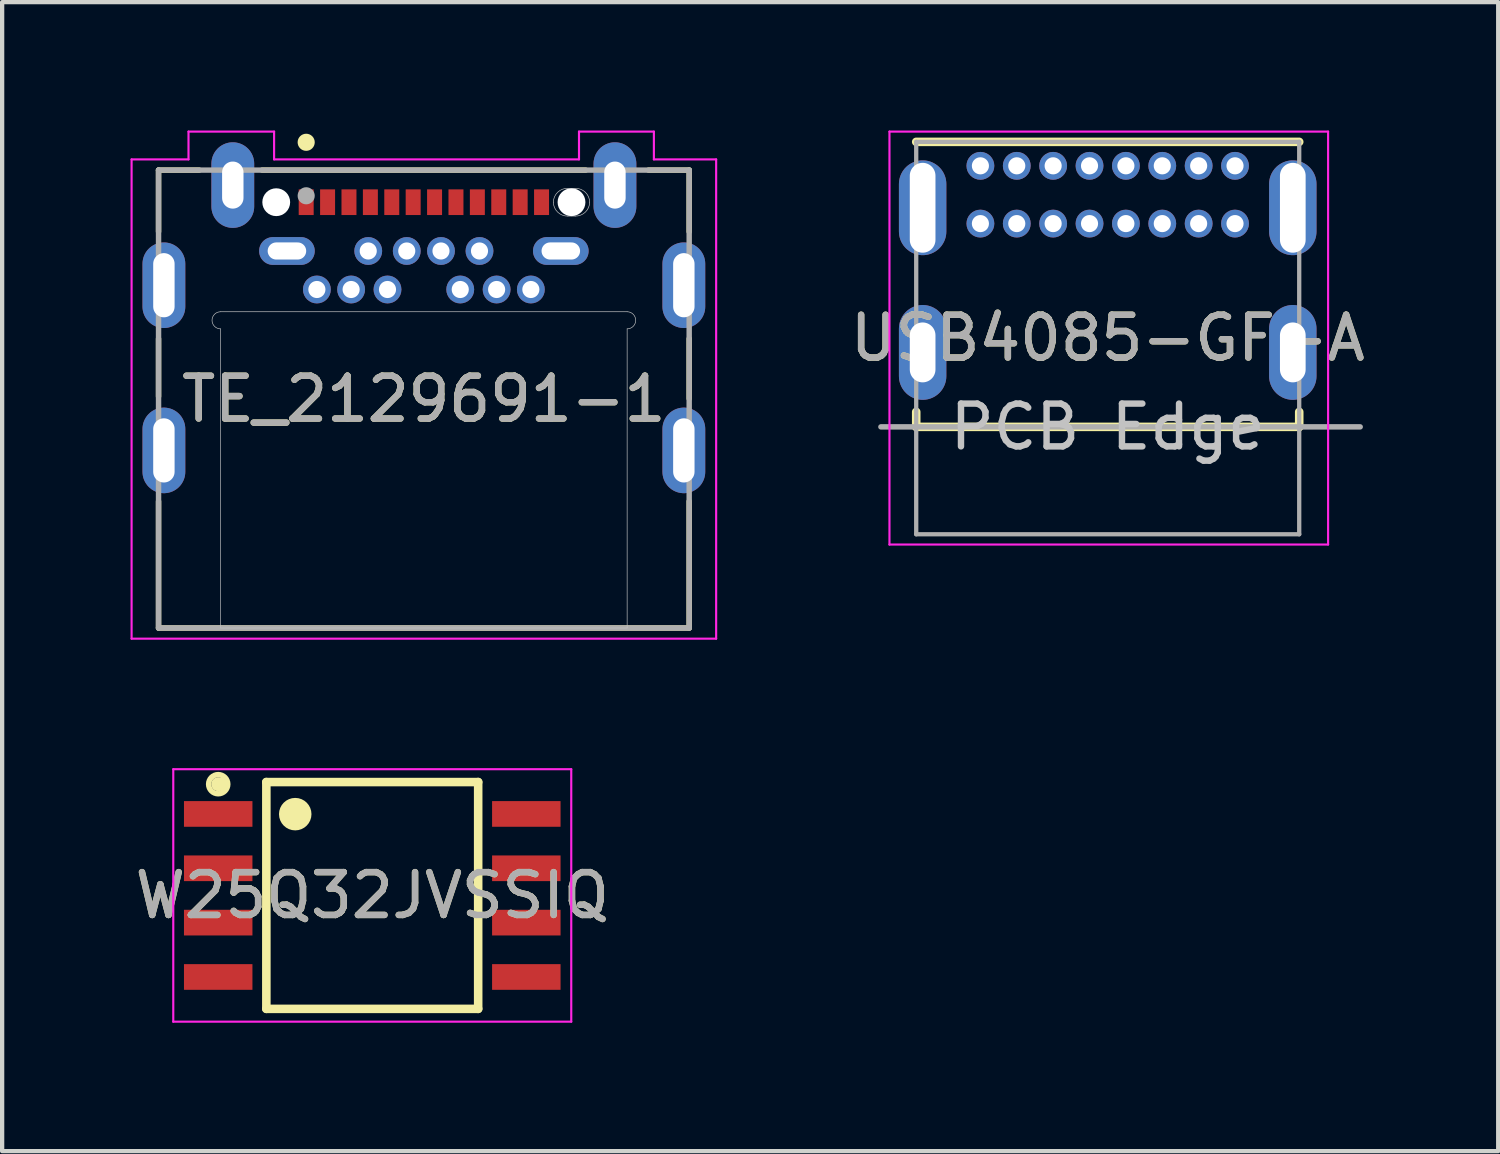
<source format=kicad_pcb>
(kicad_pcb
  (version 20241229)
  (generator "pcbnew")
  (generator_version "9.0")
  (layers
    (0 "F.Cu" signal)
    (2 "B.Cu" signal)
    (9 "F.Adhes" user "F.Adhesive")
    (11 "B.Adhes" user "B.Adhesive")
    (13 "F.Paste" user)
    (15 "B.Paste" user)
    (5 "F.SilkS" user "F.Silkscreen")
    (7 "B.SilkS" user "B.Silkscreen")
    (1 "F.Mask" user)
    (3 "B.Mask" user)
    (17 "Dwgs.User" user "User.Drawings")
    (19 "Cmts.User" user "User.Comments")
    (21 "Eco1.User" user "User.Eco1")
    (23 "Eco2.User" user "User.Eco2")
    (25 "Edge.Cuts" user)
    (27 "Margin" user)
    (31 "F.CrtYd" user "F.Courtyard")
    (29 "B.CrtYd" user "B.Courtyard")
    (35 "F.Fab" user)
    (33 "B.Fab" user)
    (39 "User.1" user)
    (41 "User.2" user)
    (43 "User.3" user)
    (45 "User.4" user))
  (footprint "W25Q32JVSSIQ"
    (layer "F.Cu")
    (at 5.649 17.875)
    (property "Reference" "W25Q32JVSSIQ" (at 0 0 0) (layer "F.SilkS") (effects (font (size 1 1) (thickness 0.15))))
    (attr smd)
    (fp_line (start -2.475 -2.65) (end 2.475 -2.65) (stroke (width 0.2) (type solid)) (layer "F.SilkS"))
    (fp_line (start -2.475 2.65) (end -2.475 -2.65) (stroke (width 0.2) (type solid)) (layer "F.SilkS"))
    (fp_line (start 2.475 -2.65) (end 2.475 2.65) (stroke (width 0.2) (type solid)) (layer "F.SilkS"))
    (fp_line (start 2.475 2.65) (end -2.475 2.65) (stroke (width 0.2) (type solid)) (layer "F.SilkS"))
    (fp_circle (center -3.6 -2.6) (end -3.5 -2.6) (stroke (width 0.127) (type solid)) (fill no) (layer "F.SilkS"))
    (fp_circle (center -3.6 -2.6) (end -3.376 -2.6) (stroke (width 0.127) (type solid)) (fill no) (layer "F.SilkS"))
    (fp_circle (center -3.5 -2.6) (end -3.4 -2.6) (stroke (width 0.127) (type solid)) (fill no) (layer "F.SilkS"))
    (fp_circle (center -1.8 -1.9) (end -1.7 -1.9) (stroke (width 0.127) (type solid)) (fill no) (layer "F.SilkS"))
    (fp_circle (center -1.8 -1.9) (end -1.659 -1.9) (stroke (width 0.127) (type solid)) (fill no) (layer "F.SilkS"))
    (fp_circle (center -1.8 -1.9) (end -1.576 -1.9) (stroke (width 0.127) (type solid)) (fill no) (layer "F.SilkS"))
    (fp_circle (center -1.8 -1.9) (end -1.484 -1.9) (stroke (width 0.127) (type solid)) (fill no) (layer "F.SilkS"))
    (fp_circle (center -1.8 -1.8) (end -1.7 -1.8) (stroke (width 0.127) (type solid)) (fill no) (layer "F.SilkS"))
    (fp_line (start -4.65 -2.95) (end 4.65 -2.95) (stroke (width 0.05) (type solid)) (layer "F.CrtYd"))
    (fp_line (start -4.65 2.95) (end -4.65 -2.95) (stroke (width 0.05) (type solid)) (layer "F.CrtYd"))
    (fp_line (start 4.65 -2.95) (end 4.65 2.95) (stroke (width 0.05) (type solid)) (layer "F.CrtYd"))
    (fp_line (start 4.65 2.95) (end -4.65 2.95) (stroke (width 0.05) (type solid)) (layer "F.CrtYd"))
    (fp_text user "${REFERENCE}" (at 0 0 0) (layer "F.Fab") (effects (font (size 1 1) (thickness 0.15))))
    (pad "1" smd rect (at -3.6 -1.905) (size 1.6 0.6) (layers "F.Cu" "F.Mask" "F.Paste"))
    (pad "2" smd rect (at -3.6 -0.635) (size 1.6 0.6) (layers "F.Cu" "F.Mask" "F.Paste"))
    (pad "3" smd rect (at -3.6 0.635) (size 1.6 0.6) (layers "F.Cu" "F.Mask" "F.Paste"))
    (pad "4" smd rect (at -3.6 1.905) (size 1.6 0.6) (layers "F.Cu" "F.Mask" "F.Paste"))
    (pad "5" smd rect (at 3.6 1.905) (size 1.6 0.6) (layers "F.Cu" "F.Mask" "F.Paste"))
    (pad "6" smd rect (at 3.6 0.635) (size 1.6 0.6) (layers "F.Cu" "F.Mask" "F.Paste"))
    (pad "7" smd rect (at 3.6 -0.635) (size 1.6 0.6) (layers "F.Cu" "F.Mask" "F.Paste"))
    (pad "8" smd rect (at 3.6 -1.905) (size 1.6 0.6) (layers "F.Cu" "F.Mask" "F.Paste")))
  (footprint "TE_2129691-1"
    (layer "F.Cu")
    (at 6.855 6.275)
    (property "Reference" "TE_2129691-1" (at 0 0 0) (layer "F.SilkS") (effects (font (size 1 1) (thickness 0.15))))
    (attr through_hole)
    (fp_line (start -6.2 -5.35) (end -5.25 -5.35) (stroke (width 0.127) (type solid)) (layer "F.SilkS"))
    (fp_line (start -6.2 -3.91) (end -6.2 -5.35) (stroke (width 0.127) (type solid)) (layer "F.SilkS"))
    (fp_line (start -6.2 -0.06) (end -6.2 -1.41) (stroke (width 0.127) (type solid)) (layer "F.SilkS"))
    (fp_line (start -6.2 2.39) (end -6.2 5.35) (stroke (width 0.127) (type solid)) (layer "F.SilkS"))
    (fp_line (start -6.2 5.35) (end 6.2 5.35) (stroke (width 0.127) (type solid)) (layer "F.SilkS"))
    (fp_line (start -3.78 -5.35) (end 3.78 -5.35) (stroke (width 0.127) (type solid)) (layer "F.SilkS"))
    (fp_line (start 6.2 -5.35) (end 5.25 -5.35) (stroke (width 0.127) (type solid)) (layer "F.SilkS"))
    (fp_line (start 6.2 -3.91) (end 6.2 -5.35) (stroke (width 0.127) (type solid)) (layer "F.SilkS"))
    (fp_line (start 6.2 -0.01) (end 6.2 -1.41) (stroke (width 0.127) (type solid)) (layer "F.SilkS"))
    (fp_line (start 6.2 5.35) (end 6.2 2.39) (stroke (width 0.127) (type solid)) (layer "F.SilkS"))
    (fp_circle (center -2.75 -6) (end -2.65 -6) (stroke (width 0.2) (type solid)) (fill no) (layer "F.SilkS"))
    (fp_line (start -4.75 -2.04) (end 4.75 -2.04) (stroke (width 0.015) (type solid)) (layer "Dwgs.User"))
    (fp_line (start -4.75 -1.64) (end -4.75 5.35) (stroke (width 0.015) (type solid)) (layer "Dwgs.User"))
    (fp_line (start -4.75 5.35) (end 4.75 5.35) (stroke (width 0.015) (type solid)) (layer "Dwgs.User"))
    (fp_line (start 3.365 -4.925) (end 3.535 -4.925) (stroke (width 0.015) (type solid)) (layer "Dwgs.User"))
    (fp_line (start 3.535 -4.275) (end 3.365 -4.275) (stroke (width 0.015) (type solid)) (layer "Dwgs.User"))
    (fp_line (start 4.75 -1.64) (end 4.75 5.35) (stroke (width 0.015) (type solid)) (layer "Dwgs.User"))
    (fp_arc (start -4.75 -1.64) (mid -4.95 -1.84) (end -4.75 -2.04) (stroke (width 0.015) (type solid)) (layer "Dwgs.User"))
    (fp_arc (start 3.025 -4.6) (mid 3.12769 -4.832916) (end 3.365 -4.925) (stroke (width 0.015) (type solid)) (layer "Dwgs.User"))
    (fp_arc (start 3.365 -4.275) (mid 3.12769 -4.367084) (end 3.025 -4.6) (stroke (width 0.015) (type solid)) (layer "Dwgs.User"))
    (fp_arc (start 3.535 -4.925) (mid 3.77231 -4.832916) (end 3.875 -4.6) (stroke (width 0.015) (type solid)) (layer "Dwgs.User"))
    (fp_arc (start 3.875 -4.6) (mid 3.77231 -4.367084) (end 3.535 -4.275) (stroke (width 0.015) (type solid)) (layer "Dwgs.User"))
    (fp_arc (start 4.75 -2.04) (mid 4.95 -1.84) (end 4.75 -1.64) (stroke (width 0.015) (type solid)) (layer "Dwgs.User"))
    (fp_line (start -6.83 -5.6) (end -6.83 5.6) (stroke (width 0.05) (type solid)) (layer "F.CrtYd"))
    (fp_line (start -6.83 5.6) (end 6.83 5.6) (stroke (width 0.05) (type solid)) (layer "F.CrtYd"))
    (fp_line (start -5.5 -6.25) (end -5.5 -5.6) (stroke (width 0.05) (type solid)) (layer "F.CrtYd"))
    (fp_line (start -5.5 -5.6) (end -6.83 -5.6) (stroke (width 0.05) (type solid)) (layer "F.CrtYd"))
    (fp_line (start -3.5 -6.25) (end -5.5 -6.25) (stroke (width 0.05) (type solid)) (layer "F.CrtYd"))
    (fp_line (start -3.5 -5.6) (end -3.5 -6.25) (stroke (width 0.05) (type solid)) (layer "F.CrtYd"))
    (fp_line (start 3.625 -6.25) (end 3.625 -5.6) (stroke (width 0.05) (type solid)) (layer "F.CrtYd"))
    (fp_line (start 3.625 -5.6) (end -3.5 -5.6) (stroke (width 0.05) (type solid)) (layer "F.CrtYd"))
    (fp_line (start 5.375 -6.25) (end 3.625 -6.25) (stroke (width 0.05) (type solid)) (layer "F.CrtYd"))
    (fp_line (start 5.375 -5.6) (end 5.375 -6.25) (stroke (width 0.05) (type solid)) (layer "F.CrtYd"))
    (fp_line (start 6.83 -5.6) (end 5.375 -5.6) (stroke (width 0.05) (type solid)) (layer "F.CrtYd"))
    (fp_line (start 6.83 5.6) (end 6.83 -5.6) (stroke (width 0.05) (type solid)) (layer "F.CrtYd"))
    (fp_line (start -6.2 -5.35) (end 6.2 -5.35) (stroke (width 0.127) (type solid)) (layer "F.Fab"))
    (fp_line (start -6.2 5.35) (end -6.2 -5.35) (stroke (width 0.127) (type solid)) (layer "F.Fab"))
    (fp_line (start -6.2 5.35) (end 6.2 5.35) (stroke (width 0.127) (type solid)) (layer "F.Fab"))
    (fp_line (start 6.2 -5.35) (end 6.2 5.35) (stroke (width 0.127) (type solid)) (layer "F.Fab"))
    (fp_circle (center -2.75 -4.75) (end -2.65 -4.75) (stroke (width 0.2) (type solid)) (fill no) (layer "F.Fab"))
    (fp_text user "${REFERENCE}" (at 0 0 0) (layer "F.Fab") (effects (font (size 1 1) (thickness 0.15))))
    (pad "" np_thru_hole circle (at -3.45 -4.6) (size 0.65 0.65) (drill 0.65) (layers "*.Cu" "*.Mask"))
    (pad "" np_thru_hole circle (at 3.45 -4.6) (size 0.65 0.65) (drill 0.65) (layers "*.Cu" "*.Mask"))
    (pad "A1" smd rect (at -2.75 -4.6) (size 0.35 0.6) (layers "F.Cu" "F.Mask" "F.Paste"))
    (pad "A2" smd rect (at -2.25 -4.6) (size 0.35 0.6) (layers "F.Cu" "F.Mask" "F.Paste"))
    (pad "A3" smd rect (at -1.75 -4.6) (size 0.35 0.6) (layers "F.Cu" "F.Mask" "F.Paste"))
    (pad "A4" smd rect (at -1.25 -4.6) (size 0.35 0.6) (layers "F.Cu" "F.Mask" "F.Paste"))
    (pad "A5" smd rect (at -0.75 -4.6) (size 0.35 0.6) (layers "F.Cu" "F.Mask" "F.Paste"))
    (pad "A6" smd rect (at -0.25 -4.6) (size 0.35 0.6) (layers "F.Cu" "F.Mask" "F.Paste"))
    (pad "A7" smd rect (at 0.25 -4.6) (size 0.35 0.6) (layers "F.Cu" "F.Mask" "F.Paste"))
    (pad "A8" smd rect (at 0.75 -4.6) (size 0.35 0.6) (layers "F.Cu" "F.Mask" "F.Paste"))
    (pad "A9" smd rect (at 1.25 -4.6) (size 0.35 0.6) (layers "F.Cu" "F.Mask" "F.Paste"))
    (pad "A10" smd rect (at 1.75 -4.6) (size 0.35 0.6) (layers "F.Cu" "F.Mask" "F.Paste"))
    (pad "A11" smd rect (at 2.25 -4.6) (size 0.35 0.6) (layers "F.Cu" "F.Mask" "F.Paste"))
    (pad "A12" smd rect (at 2.75 -4.6) (size 0.35 0.6) (layers "F.Cu" "F.Mask" "F.Paste"))
    (pad "B1" thru_hole oval (at 3.2 -3.46) (size 1.3 0.65) (drill oval 0.9 0.4) (layers "*.Cu" "*.Mask"))
    (pad "B2" thru_hole circle (at 2.5 -2.56) (size 0.65 0.65) (drill 0.4) (layers "*.Cu" "*.Mask"))
    (pad "B3" thru_hole circle (at 1.7 -2.56) (size 0.65 0.65) (drill 0.4) (layers "*.Cu" "*.Mask"))
    (pad "B4" thru_hole circle (at 1.3 -3.46) (size 0.65 0.65) (drill 0.4) (layers "*.Cu" "*.Mask"))
    (pad "B5" thru_hole circle (at 0.85 -2.56) (size 0.65 0.65) (drill 0.4) (layers "*.Cu" "*.Mask"))
    (pad "B6" thru_hole circle (at 0.4 -3.46) (size 0.65 0.65) (drill 0.4) (layers "*.Cu" "*.Mask"))
    (pad "B7" thru_hole circle (at -0.4 -3.46) (size 0.65 0.65) (drill 0.4) (layers "*.Cu" "*.Mask"))
    (pad "B8" thru_hole circle (at -0.85 -2.56) (size 0.65 0.65) (drill 0.4) (layers "*.Cu" "*.Mask"))
    (pad "B9" thru_hole circle (at -1.3 -3.46) (size 0.65 0.65) (drill 0.4) (layers "*.Cu" "*.Mask"))
    (pad "B10" thru_hole circle (at -1.7 -2.56) (size 0.65 0.65) (drill 0.4) (layers "*.Cu" "*.Mask"))
    (pad "B11" thru_hole circle (at -2.5 -2.56) (size 0.65 0.65) (drill 0.4) (layers "*.Cu" "*.Mask"))
    (pad "B12" thru_hole oval (at -3.2 -3.46) (size 1.3 0.65) (drill oval 0.9 0.4) (layers "*.Cu" "*.Mask"))
    (pad "S1" thru_hole oval (at -6.075 1.2) (size 1 2) (drill oval 0.5 1.5) (layers "*.Cu" "*.Mask"))
    (pad "S2" thru_hole oval (at 6.075 1.2) (size 1 2) (drill oval 0.5 1.5) (layers "*.Cu" "*.Mask"))
    (pad "S3" thru_hole oval (at -6.075 -2.66) (size 1 2) (drill oval 0.5 1.5) (layers "*.Cu" "*.Mask"))
    (pad "S4" thru_hole oval (at 6.075 -2.66) (size 1 2) (drill oval 0.5 1.5) (layers "*.Cu" "*.Mask"))
    (pad "S5" thru_hole oval (at -4.465 -5) (size 1 2) (drill oval 0.5 1.1) (layers "*.Cu" "*.Mask"))
    (pad "S6" thru_hole oval (at 4.465 -5) (size 1 2) (drill oval 0.5 1.1) (layers "*.Cu" "*.Mask")))
  (footprint "USB4085-GF-A"
    (layer "F.Cu")
    (at 22.835 4.85)
    (property "Reference" "USB4085-GF-A" (at 0 0 0) (layer "F.SilkS") (effects (font (size 1 1) (thickness 0.15))))
    (attr through_hole)
    (fp_line (start -4.475 -4.585) (end 4.475 -4.585) (stroke (width 0.2) (type solid)) (layer "F.SilkS"))
    (fp_line (start -4.475 1.725) (end -4.475 2.075) (stroke (width 0.2) (type solid)) (layer "F.SilkS"))
    (fp_line (start -4.475 2.075) (end 4.475 2.075) (stroke (width 0.2) (type solid)) (layer "F.SilkS"))
    (fp_line (start 4.475 2.075) (end 4.475 1.725) (stroke (width 0.2) (type solid)) (layer "F.SilkS"))
    (fp_line (start -5.1 -4.825) (end 5.15 -4.825) (stroke (width 0.05) (type solid)) (layer "F.CrtYd"))
    (fp_line (start -5.1 4.825) (end -5.1 -4.825) (stroke (width 0.05) (type solid)) (layer "F.CrtYd"))
    (fp_line (start 5.15 -4.825) (end 5.15 4.825) (stroke (width 0.05) (type solid)) (layer "F.CrtYd"))
    (fp_line (start 5.15 4.825) (end -5.1 4.825) (stroke (width 0.05) (type solid)) (layer "F.CrtYd"))
    (fp_line (start -5.3 2.075) (end 5.9 2.075) (stroke (width 0.127) (type solid)) (layer "F.Fab"))
    (fp_line (start -4.475 -4.585) (end 4.475 -4.585) (stroke (width 0.1) (type solid)) (layer "F.Fab"))
    (fp_line (start -4.475 4.585) (end -4.475 -4.585) (stroke (width 0.1) (type solid)) (layer "F.Fab"))
    (fp_line (start 4.475 -4.585) (end 4.475 4.585) (stroke (width 0.1) (type solid)) (layer "F.Fab"))
    (fp_line (start 4.475 4.585) (end -4.475 4.585) (stroke (width 0.1) (type solid)) (layer "F.Fab"))
    (fp_text user "PCB Edge" (at 0 2.076 0) (layer "Dwgs.User") (effects (font (size 1 1) (thickness 0.15))))
    (fp_text user "${REFERENCE}" (at 0 0 0) (layer "F.Fab") (effects (font (size 1 1) (thickness 0.15))))
    (pad "A1" thru_hole circle (at -2.975 -4.025) (size 0.65 0.65) (drill 0.4) (layers "*.Cu" "*.Mask"))
    (pad "A4" thru_hole circle (at -2.125 -4.025) (size 0.65 0.65) (drill 0.4) (layers "*.Cu" "*.Mask"))
    (pad "A5" thru_hole circle (at -1.275 -4.025) (size 0.65 0.65) (drill 0.4) (layers "*.Cu" "*.Mask"))
    (pad "A6" thru_hole circle (at -0.425 -4.025) (size 0.65 0.65) (drill 0.4) (layers "*.Cu" "*.Mask"))
    (pad "A7" thru_hole circle (at 0.425 -4.025) (size 0.65 0.65) (drill 0.4) (layers "*.Cu" "*.Mask"))
    (pad "A8" thru_hole circle (at 1.275 -4.025) (size 0.65 0.65) (drill 0.4) (layers "*.Cu" "*.Mask"))
    (pad "A9" thru_hole circle (at 2.125 -4.025) (size 0.65 0.65) (drill 0.4) (layers "*.Cu" "*.Mask"))
    (pad "A12" thru_hole circle (at 2.975 -4.025) (size 0.65 0.65) (drill 0.4) (layers "*.Cu" "*.Mask"))
    (pad "B1" thru_hole circle (at 2.975 -2.675) (size 0.65 0.65) (drill 0.4) (layers "*.Cu" "*.Mask"))
    (pad "B4" thru_hole circle (at 2.125 -2.675) (size 0.65 0.65) (drill 0.4) (layers "*.Cu" "*.Mask"))
    (pad "B5" thru_hole circle (at 1.275 -2.675) (size 0.65 0.65) (drill 0.4) (layers "*.Cu" "*.Mask"))
    (pad "B6" thru_hole circle (at 0.425 -2.675) (size 0.65 0.65) (drill 0.4) (layers "*.Cu" "*.Mask"))
    (pad "B7" thru_hole circle (at -0.425 -2.675) (size 0.65 0.65) (drill 0.4) (layers "*.Cu" "*.Mask"))
    (pad "B8" thru_hole circle (at -1.275 -2.675) (size 0.65 0.65) (drill 0.4) (layers "*.Cu" "*.Mask"))
    (pad "B9" thru_hole circle (at -2.125 -2.675) (size 0.65 0.65) (drill 0.4) (layers "*.Cu" "*.Mask"))
    (pad "B12" thru_hole circle (at -2.975 -2.675) (size 0.65 0.65) (drill 0.4) (layers "*.Cu" "*.Mask"))
    (pad "P1" thru_hole oval (at -4.325 -3.045) (size 1.108 2.216) (drill oval 0.6 2.1) (layers "*.Cu" "*.Mask"))
    (pad "P2" thru_hole oval (at 4.325 -3.045) (size 1.108 2.216) (drill oval 0.6 2.1) (layers "*.Cu" "*.Mask"))
    (pad "P3" thru_hole oval (at 4.325 0.335) (size 1.108 2.216) (drill oval 0.6 1.4) (layers "*.Cu" "*.Mask"))
    (pad "P4" thru_hole oval (at -4.325 0.335) (size 1.108 2.216) (drill oval 0.6 1.4) (layers "*.Cu" "*.Mask")))
  (gr_rect
    (start -3 -3)
    (end 31.96 23.85)
    (stroke (width 0.1) (type default))
    (fill no)
    (layer "Edge.Cuts")))
</source>
